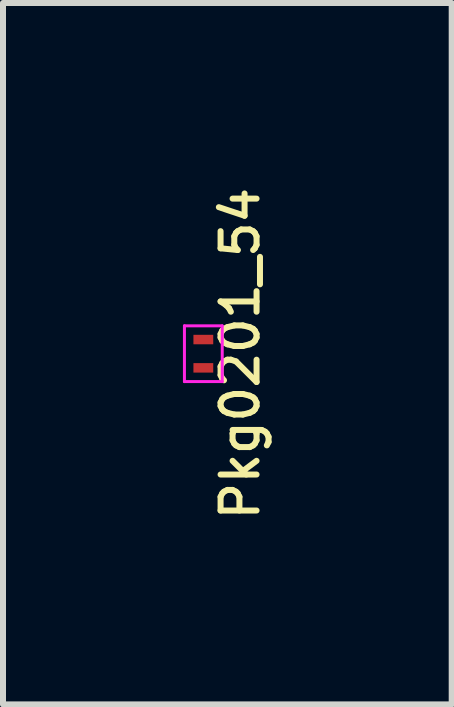
<source format=kicad_pcb>
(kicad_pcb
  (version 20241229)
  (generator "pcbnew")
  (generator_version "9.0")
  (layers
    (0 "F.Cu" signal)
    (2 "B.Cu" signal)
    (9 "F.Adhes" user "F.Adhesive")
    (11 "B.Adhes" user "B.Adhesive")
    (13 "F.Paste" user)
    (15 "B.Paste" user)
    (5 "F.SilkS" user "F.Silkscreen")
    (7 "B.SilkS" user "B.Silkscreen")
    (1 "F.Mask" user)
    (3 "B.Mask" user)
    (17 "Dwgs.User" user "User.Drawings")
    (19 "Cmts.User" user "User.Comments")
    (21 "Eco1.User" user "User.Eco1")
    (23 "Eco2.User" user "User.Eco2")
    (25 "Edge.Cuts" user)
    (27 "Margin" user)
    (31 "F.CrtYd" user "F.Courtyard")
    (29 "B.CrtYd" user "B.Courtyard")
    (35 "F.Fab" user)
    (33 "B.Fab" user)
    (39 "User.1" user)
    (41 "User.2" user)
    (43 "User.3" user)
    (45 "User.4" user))
  (footprint "Pkg0201_54"
    (layer "F.Cu")
    (at 0.34 2.847)
    (property "Reference" "Pkg0201_54" (at 0.615 0 90) (layer "F.SilkS") (effects (font (size 0.6 0.6) (thickness 0.1))))
    (fp_line (start -0.315 -0.465) (end -0.315 0.465) (stroke (width 0.05) (type solid)) (layer "F.CrtYd"))
    (fp_line (start -0.315 0.465) (end 0.315 0.465) (stroke (width 0.05) (type solid)) (layer "F.CrtYd"))
    (fp_line (start 0.315 -0.465) (end -0.315 -0.465) (stroke (width 0.05) (type solid)) (layer "F.CrtYd"))
    (fp_line (start 0.315 0.465) (end 0.315 -0.465) (stroke (width 0.05) (type solid)) (layer "F.CrtYd"))
    (pad "1" smd rect (at 0 -0.236) (size 0.33 0.158) (layers "F.Cu" "F.Mask" "F.Paste"))
    (pad "2" smd rect (at 0 0.236) (size 0.33 0.158) (layers "F.Cu" "F.Mask" "F.Paste")))
  (gr_rect
    (start -3 -3)
    (end 4.481 8.694)
    (stroke (width 0.1) (type default))
    (fill no)
    (layer "Edge.Cuts")))
</source>
